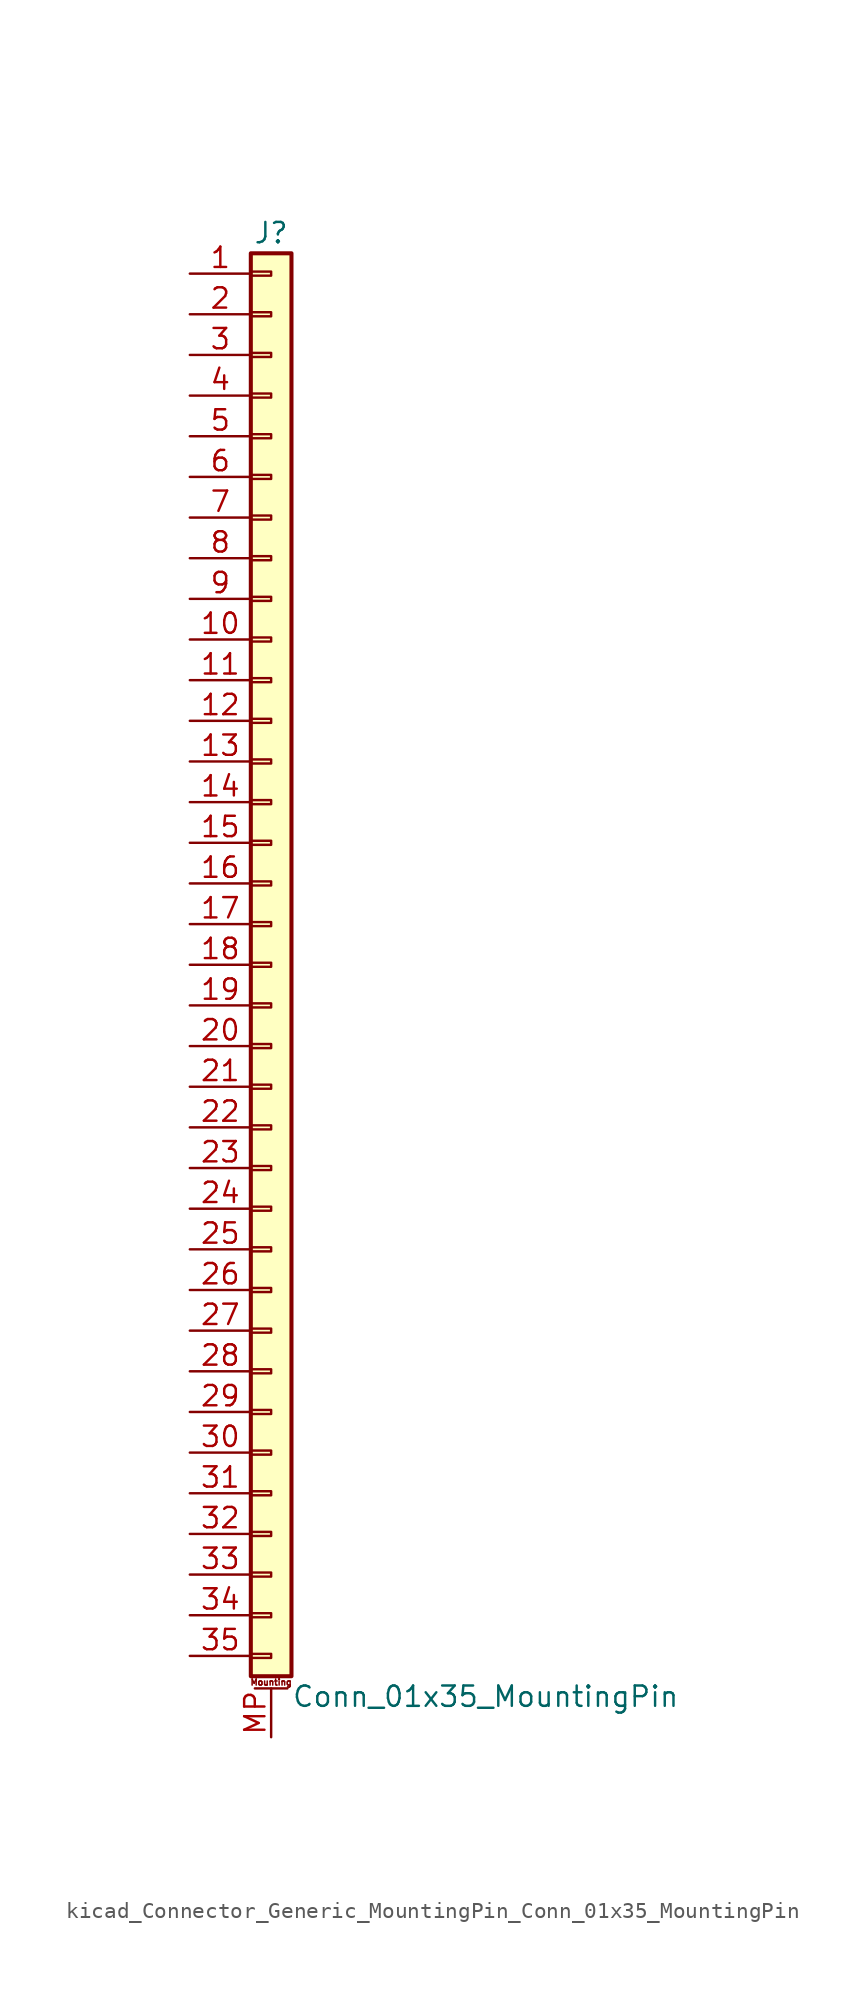
<source format=kicad_sym>
(kicad_symbol_lib
  (version 20220914)
  (generator kicad_symbol_editor)
  (symbol "kicad_Connector_Generic_MountingPin_Conn_01x35_MountingPin"
    (pin_names
      (offset 1.016) hide)
    (property "Reference" "J"
      (at 0 45.72 0)
      (effects (font (size 1.27 1.27))))
    (property "Value" "Conn_01x35_MountingPin"
      (at 1.27 -45.72 0)
      (effects (font (size 1.27 1.27)) (justify left)))
    (symbol "kicad_Connector_Generic_MountingPin_Conn_01x35_MountingPin_1_1"
      (rectangle (start -1.27 -43.053) (end 0 -43.307) (stroke (width 0.152) (type default)) (fill (type none)))
      (rectangle (start -1.27 -40.513) (end 0 -40.767) (stroke (width 0.152) (type default)) (fill (type none)))
      (rectangle (start -1.27 -37.973) (end 0 -38.227) (stroke (width 0.152) (type default)) (fill (type none)))
      (rectangle (start -1.27 -35.433) (end 0 -35.687) (stroke (width 0.152) (type default)) (fill (type none)))
      (rectangle (start -1.27 -32.893) (end 0 -33.147) (stroke (width 0.152) (type default)) (fill (type none)))
      (rectangle (start -1.27 -30.353) (end 0 -30.607) (stroke (width 0.152) (type default)) (fill (type none)))
      (rectangle (start -1.27 -27.813) (end 0 -28.067) (stroke (width 0.152) (type default)) (fill (type none)))
      (rectangle (start -1.27 -25.273) (end 0 -25.527) (stroke (width 0.152) (type default)) (fill (type none)))
      (rectangle (start -1.27 -22.733) (end 0 -22.987) (stroke (width 0.152) (type default)) (fill (type none)))
      (rectangle (start -1.27 -20.193) (end 0 -20.447) (stroke (width 0.152) (type default)) (fill (type none)))
      (rectangle (start -1.27 -17.653) (end 0 -17.907) (stroke (width 0.152) (type default)) (fill (type none)))
      (rectangle (start -1.27 -15.113) (end 0 -15.367) (stroke (width 0.152) (type default)) (fill (type none)))
      (rectangle (start -1.27 -12.573) (end 0 -12.827) (stroke (width 0.152) (type default)) (fill (type none)))
      (rectangle (start -1.27 -10.033) (end 0 -10.287) (stroke (width 0.152) (type default)) (fill (type none)))
      (rectangle (start -1.27 -7.493) (end 0 -7.747) (stroke (width 0.152) (type default)) (fill (type none)))
      (rectangle (start -1.27 -4.953) (end 0 -5.207) (stroke (width 0.152) (type default)) (fill (type none)))
      (rectangle (start -1.27 -2.413) (end 0 -2.667) (stroke (width 0.152) (type default)) (fill (type none)))
      (rectangle (start -1.27 0.127) (end 0 -0.127) (stroke (width 0.152) (type default)) (fill (type none)))
      (rectangle (start -1.27 2.667) (end 0 2.413) (stroke (width 0.152) (type default)) (fill (type none)))
      (rectangle (start -1.27 5.207) (end 0 4.953) (stroke (width 0.152) (type default)) (fill (type none)))
      (rectangle (start -1.27 7.747) (end 0 7.493) (stroke (width 0.152) (type default)) (fill (type none)))
      (rectangle (start -1.27 10.287) (end 0 10.033) (stroke (width 0.152) (type default)) (fill (type none)))
      (rectangle (start -1.27 12.827) (end 0 12.573) (stroke (width 0.152) (type default)) (fill (type none)))
      (rectangle (start -1.27 15.367) (end 0 15.113) (stroke (width 0.152) (type default)) (fill (type none)))
      (rectangle (start -1.27 17.907) (end 0 17.653) (stroke (width 0.152) (type default)) (fill (type none)))
      (rectangle (start -1.27 20.447) (end 0 20.193) (stroke (width 0.152) (type default)) (fill (type none)))
      (rectangle (start -1.27 22.987) (end 0 22.733) (stroke (width 0.152) (type default)) (fill (type none)))
      (rectangle (start -1.27 25.527) (end 0 25.273) (stroke (width 0.152) (type default)) (fill (type none)))
      (rectangle (start -1.27 28.067) (end 0 27.813) (stroke (width 0.152) (type default)) (fill (type none)))
      (rectangle (start -1.27 30.607) (end 0 30.353) (stroke (width 0.152) (type default)) (fill (type none)))
      (rectangle (start -1.27 33.147) (end 0 32.893) (stroke (width 0.152) (type default)) (fill (type none)))
      (rectangle (start -1.27 35.687) (end 0 35.433) (stroke (width 0.152) (type default)) (fill (type none)))
      (rectangle (start -1.27 38.227) (end 0 37.973) (stroke (width 0.152) (type default)) (fill (type none)))
      (rectangle (start -1.27 40.767) (end 0 40.513) (stroke (width 0.152) (type default)) (fill (type none)))
      (rectangle (start -1.27 43.307) (end 0 43.053) (stroke (width 0.152) (type default)) (fill (type none)))
      (rectangle (start -1.27 44.45) (end 1.27 -44.45) (stroke (width 0.254) (type default)) (fill (type background)))
      (polyline (pts (xy -1.016 -45.212) (xy 1.016 -45.212)) (stroke (width 0.152) (type default)) (fill (type none)))
      (text "Mounting" (at 0 -44.831 0) (effects (font (size 0.381 0.381))))
      (pin passive line (at -5.08 43.18 0) (length 3.81) (name "Pin_1" (effects (font (size 1.27 1.27)))) (number "1" (effects (font (size 1.27 1.27)))))
      (pin passive line (at -5.08 20.32 0) (length 3.81) (name "Pin_10" (effects (font (size 1.27 1.27)))) (number "10" (effects (font (size 1.27 1.27)))))
      (pin passive line (at -5.08 17.78 0) (length 3.81) (name "Pin_11" (effects (font (size 1.27 1.27)))) (number "11" (effects (font (size 1.27 1.27)))))
      (pin passive line (at -5.08 15.24 0) (length 3.81) (name "Pin_12" (effects (font (size 1.27 1.27)))) (number "12" (effects (font (size 1.27 1.27)))))
      (pin passive line (at -5.08 12.7 0) (length 3.81) (name "Pin_13" (effects (font (size 1.27 1.27)))) (number "13" (effects (font (size 1.27 1.27)))))
      (pin passive line (at -5.08 10.16 0) (length 3.81) (name "Pin_14" (effects (font (size 1.27 1.27)))) (number "14" (effects (font (size 1.27 1.27)))))
      (pin passive line (at -5.08 7.62 0) (length 3.81) (name "Pin_15" (effects (font (size 1.27 1.27)))) (number "15" (effects (font (size 1.27 1.27)))))
      (pin passive line (at -5.08 5.08 0) (length 3.81) (name "Pin_16" (effects (font (size 1.27 1.27)))) (number "16" (effects (font (size 1.27 1.27)))))
      (pin passive line (at -5.08 2.54 0) (length 3.81) (name "Pin_17" (effects (font (size 1.27 1.27)))) (number "17" (effects (font (size 1.27 1.27)))))
      (pin passive line (at -5.08 0 0) (length 3.81) (name "Pin_18" (effects (font (size 1.27 1.27)))) (number "18" (effects (font (size 1.27 1.27)))))
      (pin passive line (at -5.08 -2.54 0) (length 3.81) (name "Pin_19" (effects (font (size 1.27 1.27)))) (number "19" (effects (font (size 1.27 1.27)))))
      (pin passive line (at -5.08 40.64 0) (length 3.81) (name "Pin_2" (effects (font (size 1.27 1.27)))) (number "2" (effects (font (size 1.27 1.27)))))
      (pin passive line (at -5.08 -5.08 0) (length 3.81) (name "Pin_20" (effects (font (size 1.27 1.27)))) (number "20" (effects (font (size 1.27 1.27)))))
      (pin passive line (at -5.08 -7.62 0) (length 3.81) (name "Pin_21" (effects (font (size 1.27 1.27)))) (number "21" (effects (font (size 1.27 1.27)))))
      (pin passive line (at -5.08 -10.16 0) (length 3.81) (name "Pin_22" (effects (font (size 1.27 1.27)))) (number "22" (effects (font (size 1.27 1.27)))))
      (pin passive line (at -5.08 -12.7 0) (length 3.81) (name "Pin_23" (effects (font (size 1.27 1.27)))) (number "23" (effects (font (size 1.27 1.27)))))
      (pin passive line (at -5.08 -15.24 0) (length 3.81) (name "Pin_24" (effects (font (size 1.27 1.27)))) (number "24" (effects (font (size 1.27 1.27)))))
      (pin passive line (at -5.08 -17.78 0) (length 3.81) (name "Pin_25" (effects (font (size 1.27 1.27)))) (number "25" (effects (font (size 1.27 1.27)))))
      (pin passive line (at -5.08 -20.32 0) (length 3.81) (name "Pin_26" (effects (font (size 1.27 1.27)))) (number "26" (effects (font (size 1.27 1.27)))))
      (pin passive line (at -5.08 -22.86 0) (length 3.81) (name "Pin_27" (effects (font (size 1.27 1.27)))) (number "27" (effects (font (size 1.27 1.27)))))
      (pin passive line (at -5.08 -25.4 0) (length 3.81) (name "Pin_28" (effects (font (size 1.27 1.27)))) (number "28" (effects (font (size 1.27 1.27)))))
      (pin passive line (at -5.08 -27.94 0) (length 3.81) (name "Pin_29" (effects (font (size 1.27 1.27)))) (number "29" (effects (font (size 1.27 1.27)))))
      (pin passive line (at -5.08 38.1 0) (length 3.81) (name "Pin_3" (effects (font (size 1.27 1.27)))) (number "3" (effects (font (size 1.27 1.27)))))
      (pin passive line (at -5.08 -30.48 0) (length 3.81) (name "Pin_30" (effects (font (size 1.27 1.27)))) (number "30" (effects (font (size 1.27 1.27)))))
      (pin passive line (at -5.08 -33.02 0) (length 3.81) (name "Pin_31" (effects (font (size 1.27 1.27)))) (number "31" (effects (font (size 1.27 1.27)))))
      (pin passive line (at -5.08 -35.56 0) (length 3.81) (name "Pin_32" (effects (font (size 1.27 1.27)))) (number "32" (effects (font (size 1.27 1.27)))))
      (pin passive line (at -5.08 -38.1 0) (length 3.81) (name "Pin_33" (effects (font (size 1.27 1.27)))) (number "33" (effects (font (size 1.27 1.27)))))
      (pin passive line (at -5.08 -40.64 0) (length 3.81) (name "Pin_34" (effects (font (size 1.27 1.27)))) (number "34" (effects (font (size 1.27 1.27)))))
      (pin passive line (at -5.08 -43.18 0) (length 3.81) (name "Pin_35" (effects (font (size 1.27 1.27)))) (number "35" (effects (font (size 1.27 1.27)))))
      (pin passive line (at -5.08 35.56 0) (length 3.81) (name "Pin_4" (effects (font (size 1.27 1.27)))) (number "4" (effects (font (size 1.27 1.27)))))
      (pin passive line (at -5.08 33.02 0) (length 3.81) (name "Pin_5" (effects (font (size 1.27 1.27)))) (number "5" (effects (font (size 1.27 1.27)))))
      (pin passive line (at -5.08 30.48 0) (length 3.81) (name "Pin_6" (effects (font (size 1.27 1.27)))) (number "6" (effects (font (size 1.27 1.27)))))
      (pin passive line (at -5.08 27.94 0) (length 3.81) (name "Pin_7" (effects (font (size 1.27 1.27)))) (number "7" (effects (font (size 1.27 1.27)))))
      (pin passive line (at -5.08 25.4 0) (length 3.81) (name "Pin_8" (effects (font (size 1.27 1.27)))) (number "8" (effects (font (size 1.27 1.27)))))
      (pin passive line (at -5.08 22.86 0) (length 3.81) (name "Pin_9" (effects (font (size 1.27 1.27)))) (number "9" (effects (font (size 1.27 1.27)))))
      (pin passive line (at 0 -48.26 90) (length 3.048) (name "MountPin" (effects (font (size 1.27 1.27)))) (number "MP" (effects (font (size 1.27 1.27))))))))
</source>
